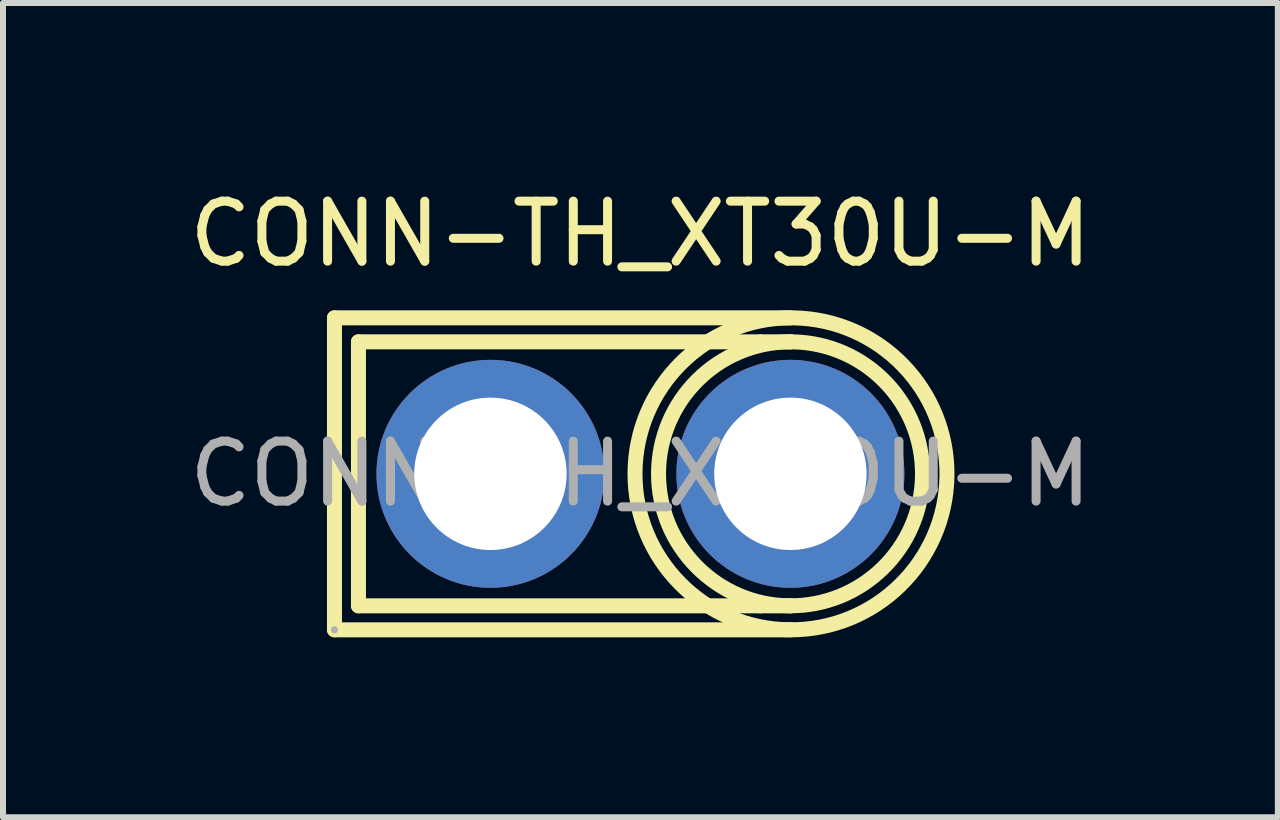
<source format=kicad_pcb>
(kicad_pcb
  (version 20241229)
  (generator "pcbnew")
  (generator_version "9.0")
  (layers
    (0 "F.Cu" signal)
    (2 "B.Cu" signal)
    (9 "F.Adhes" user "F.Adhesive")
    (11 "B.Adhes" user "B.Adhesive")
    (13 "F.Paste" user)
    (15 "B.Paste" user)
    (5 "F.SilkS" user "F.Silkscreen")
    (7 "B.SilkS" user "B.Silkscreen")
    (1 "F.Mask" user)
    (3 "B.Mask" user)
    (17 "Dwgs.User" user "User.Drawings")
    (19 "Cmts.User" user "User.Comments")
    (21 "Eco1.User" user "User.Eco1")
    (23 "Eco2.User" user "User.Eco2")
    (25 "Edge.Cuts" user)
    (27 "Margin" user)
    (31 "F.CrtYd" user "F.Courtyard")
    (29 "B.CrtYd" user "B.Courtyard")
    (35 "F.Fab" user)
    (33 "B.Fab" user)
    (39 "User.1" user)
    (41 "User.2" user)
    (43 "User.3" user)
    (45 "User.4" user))
  (footprint "CONN-TH_XT30U-M"
    (layer "F.Cu")
    (at 7.625 4.848)
    (property "Reference" "CONN-TH_XT30U-M" (at 0 -4 0) (layer "F.SilkS") (effects (font (size 1 1) (thickness 0.15))))
    (attr through_hole)
    (fp_line (start -5.1 -2.6) (end -5.1 2.6) (stroke (width 0.25) (type solid)) (layer "F.SilkS"))
    (fp_line (start -5.1 2.6) (end 2.51 2.6) (stroke (width 0.25) (type solid)) (layer "F.SilkS"))
    (fp_line (start -4.7 -2.2) (end -4.7 2.2) (stroke (width 0.25) (type solid)) (layer "F.SilkS"))
    (fp_line (start -4.7 -2.2) (end 2 -2.2) (stroke (width 0.25) (type solid)) (layer "F.SilkS"))
    (fp_line (start -4.7 2.2) (end 2 2.2) (stroke (width 0.25) (type solid)) (layer "F.SilkS"))
    (fp_line (start 2 -2.2) (end 2.5 -2.2) (stroke (width 0.25) (type solid)) (layer "F.SilkS"))
    (fp_line (start 2 2.2) (end 2.5 2.2) (stroke (width 0.25) (type solid)) (layer "F.SilkS"))
    (fp_line (start 2.5 -2.2) (end 2.5 -2.2) (stroke (width 0.25) (type solid)) (layer "F.SilkS"))
    (fp_line (start 2.5 2.2) (end 2.5 2.2) (stroke (width 0.25) (type solid)) (layer "F.SilkS"))
    (fp_line (start 2.51 -2.6) (end -5.1 -2.6) (stroke (width 0.25) (type solid)) (layer "F.SilkS"))
    (fp_arc (start 2.538395 -2.199665) (mid 2.480802 2.199916) (end 2.5 -2.2) (stroke (width 0.25) (type solid)) (layer "F.SilkS"))
    (fp_arc (start 2.555376 -2.599604) (mid 2.487311 2.599901) (end 2.51 -2.6) (stroke (width 0.25) (type solid)) (layer "F.SilkS"))
    (fp_circle (center -5.1 2.6) (end -5.07 2.6) (stroke (width 0.06) (type solid)) (fill no) (layer "F.Fab"))
    (fp_circle (center -2.5 0) (end -2 0) (stroke (width 1) (type solid)) (fill no) (layer "F.Fab"))
    (fp_circle (center 2.5 0) (end 3 0) (stroke (width 1) (type solid)) (fill no) (layer "F.Fab"))
    (fp_text user "${REFERENCE}" (at 0 0 0) (layer "F.Fab") (effects (font (size 1 1) (thickness 0.15))))
    (pad "1" thru_hole circle (at -2.5 0) (size 3.8 3.8) (drill 2.54) (layers "*.Cu" "*.Mask"))
    (pad "2" thru_hole circle (at 2.5 0) (size 3.8 3.8) (drill 2.54) (layers "*.Cu" "*.Mask")))
  (gr_rect
    (start -3 -3)
    (end 18.25 10.573)
    (stroke (width 0.1) (type default))
    (fill no)
    (layer "Edge.Cuts")))
</source>
